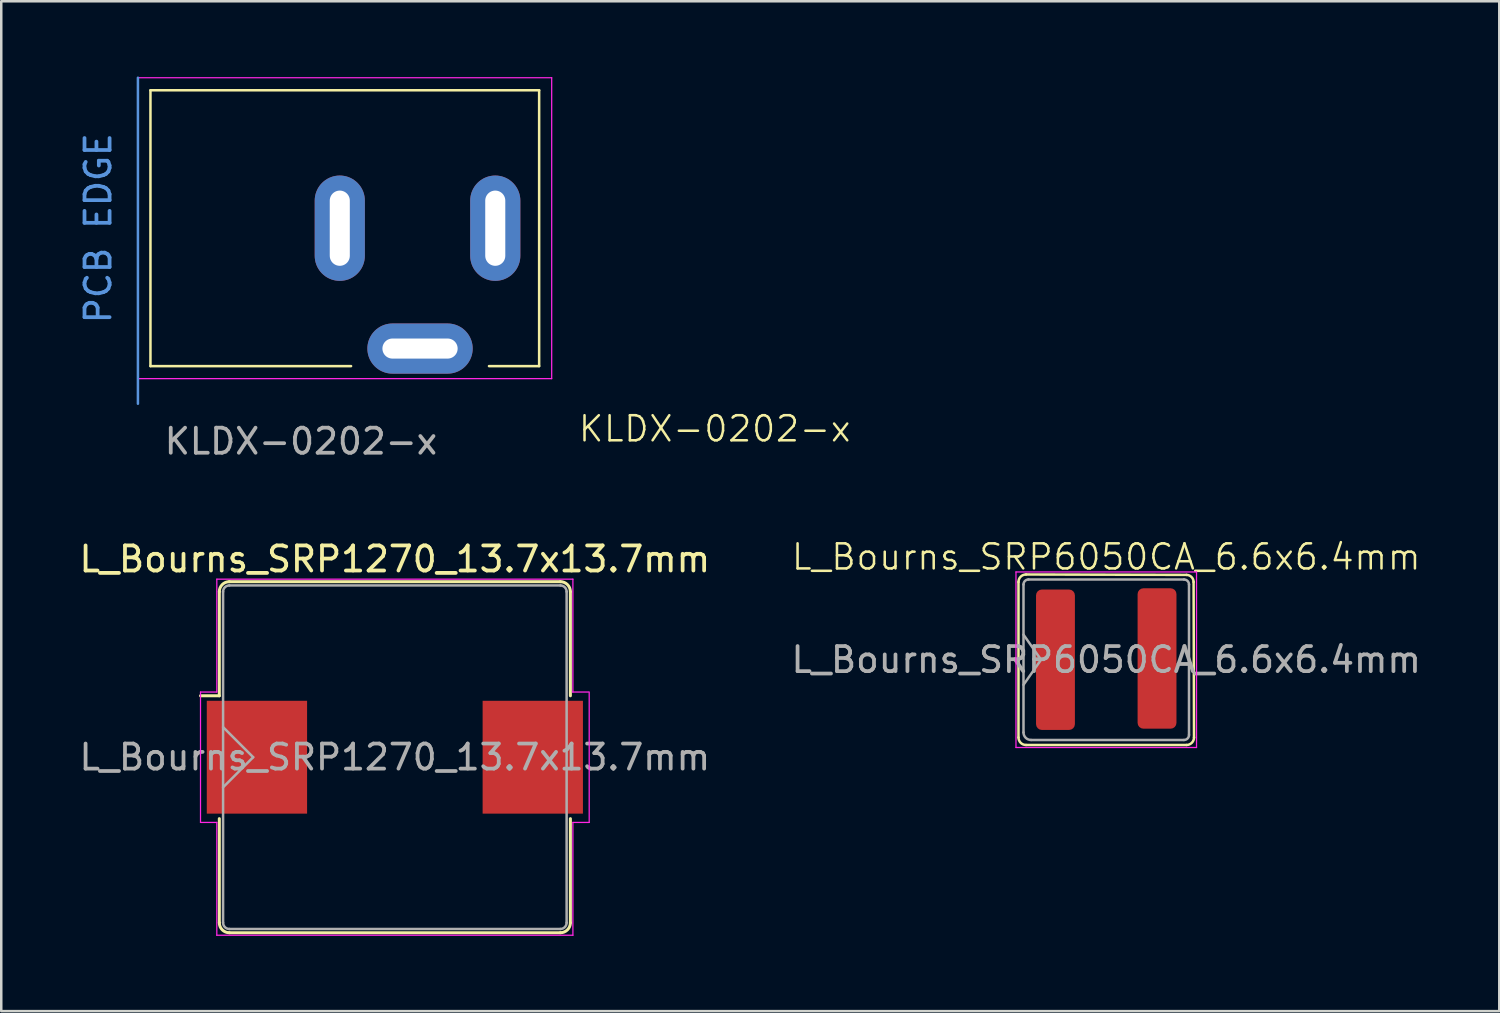
<source format=kicad_pcb>
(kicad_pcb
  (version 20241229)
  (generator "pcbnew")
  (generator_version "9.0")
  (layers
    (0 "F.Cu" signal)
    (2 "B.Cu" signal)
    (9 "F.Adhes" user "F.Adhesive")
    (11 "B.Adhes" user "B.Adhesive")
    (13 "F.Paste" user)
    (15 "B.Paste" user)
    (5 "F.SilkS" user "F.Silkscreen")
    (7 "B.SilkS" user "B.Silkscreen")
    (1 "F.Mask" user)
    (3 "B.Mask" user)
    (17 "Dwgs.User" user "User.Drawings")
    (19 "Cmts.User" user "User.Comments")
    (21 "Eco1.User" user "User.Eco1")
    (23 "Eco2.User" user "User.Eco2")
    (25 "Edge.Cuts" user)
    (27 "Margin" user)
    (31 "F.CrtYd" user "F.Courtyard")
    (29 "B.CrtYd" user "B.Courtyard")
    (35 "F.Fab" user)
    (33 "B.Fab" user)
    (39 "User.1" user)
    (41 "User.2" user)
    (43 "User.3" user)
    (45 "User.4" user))
  (footprint "KLDX-0202-x"
    (layer "F.Cu")
    (at 2.45 6.05)
    (property "Reference" "KLDX-0202-x" (at 23 8 0) (unlocked yes) (layer "F.SilkS") (effects (font (size 1 1) (thickness 0.1))))
    (attr through_hole)
    (fp_line (start 0.5 -5.5) (end 0.5 5.5) (stroke (width 0.1) (type default)) (layer "F.SilkS"))
    (fp_line (start 0.5 -5.5) (end 16 -5.5) (stroke (width 0.1) (type default)) (layer "F.SilkS"))
    (fp_line (start 8.5 5.5) (end 0.5 5.5) (stroke (width 0.1) (type default)) (layer "F.SilkS"))
    (fp_line (start 16 -5.5) (end 16 5.5) (stroke (width 0.1) (type default)) (layer "F.SilkS"))
    (fp_line (start 16 5.5) (end 14 5.5) (stroke (width 0.1) (type default)) (layer "F.SilkS"))
    (fp_line (start 0 -6) (end 0 7) (stroke (width 0.1) (type default)) (layer "Cmts.User"))
    (fp_line (start 0 -6) (end 16.5 -6) (stroke (width 0.05) (type default)) (layer "F.CrtYd"))
    (fp_line (start 0 6) (end 0 -6) (stroke (width 0.05) (type default)) (layer "F.CrtYd"))
    (fp_line (start 16.5 -6) (end 16.5 6) (stroke (width 0.05) (type default)) (layer "F.CrtYd"))
    (fp_line (start 16.5 6) (end 0 6) (stroke (width 0.05) (type default)) (layer "F.CrtYd"))
    (fp_text user "PCB EDGE" (at -1 0 90) (unlocked yes) (layer "Cmts.User") (effects (font (size 1 1) (thickness 0.15)) (justify bottom)))
    (fp_text user "${REFERENCE}" (at 6.5 8.5 0) (unlocked yes) (layer "F.Fab") (effects (font (size 1 1) (thickness 0.15))))
    (pad "1" thru_hole oval (at 14.25 0) (size 2 4.2) (drill oval 0.8 3) (layers "*.Cu" "*.Mask"))
    (pad "2" thru_hole oval (at 8.05 0) (size 2 4.2) (drill oval 0.8 3) (layers "*.Cu" "*.Mask"))
    (pad "3" thru_hole oval (at 11.25 4.8) (size 4.2 2) (drill oval 3 0.8) (layers "*.Cu" "*.Mask")))
  (footprint "L_Bourns_SRP6050CA_6.6x6.4mm"
    (layer "F.Cu")
    (at 41.065 23.259)
    (property "Reference" "L_Bourns_SRP6050CA_6.6x6.4mm" (at 0 -4.1 0) (unlocked yes) (layer "F.SilkS") (effects (font (size 1 1) (thickness 0.1))))
    (attr smd)
    (fp_line (start -3.5 -3.1) (end -3.5 3.1) (stroke (width 0.1) (type default)) (layer "F.SilkS"))
    (fp_line (start -3.2 3.4) (end 3.2 3.4) (stroke (width 0.1) (type default)) (layer "F.SilkS"))
    (fp_line (start 3.2 -3.383) (end -3.2 -3.4) (stroke (width 0.1) (type default)) (layer "F.SilkS"))
    (fp_line (start 3.483 -3.1) (end 3.5 3.1) (stroke (width 0.1) (type default)) (layer "F.SilkS"))
    (fp_arc (start -3.5 -3.1) (mid -3.412132 -3.312132) (end -3.2 -3.4) (stroke (width 0.1) (type default)) (layer "F.SilkS"))
    (fp_arc (start -3.2 3.4) (mid -3.412132 3.312132) (end -3.5 3.1) (stroke (width 0.1) (type default)) (layer "F.SilkS"))
    (fp_arc (start 3.2 -3.382842) (mid 3.399999 -3.299999) (end 3.482842 -3.1) (stroke (width 0.1) (type default)) (layer "F.SilkS"))
    (fp_arc (start 3.5 3.1) (mid 3.412132 3.312132) (end 3.2 3.4) (stroke (width 0.1) (type default)) (layer "F.SilkS"))
    (fp_line (start -3.6 -3.5) (end 3.6 -3.5) (stroke (width 0.05) (type default)) (layer "F.CrtYd"))
    (fp_line (start -3.6 3.5) (end -3.6 -3.5) (stroke (width 0.05) (type default)) (layer "F.CrtYd"))
    (fp_line (start 3.6 -3.5) (end 3.6 3.5) (stroke (width 0.05) (type default)) (layer "F.CrtYd"))
    (fp_line (start 3.6 3.5) (end -3.6 3.5) (stroke (width 0.05) (type default)) (layer "F.CrtYd"))
    (fp_line (start -3.3 -1) (end -2.6 0) (stroke (width 0.1) (type default)) (layer "F.Fab"))
    (fp_line (start -3.3 2.9) (end -3.3 -3) (stroke (width 0.1) (type default)) (layer "F.Fab"))
    (fp_line (start -3.1 -3.2) (end 3.1 -3.2) (stroke (width 0.1) (type default)) (layer "F.Fab"))
    (fp_line (start -2.6 0) (end -3.3 1) (stroke (width 0.1) (type default)) (layer "F.Fab"))
    (fp_line (start 3.1 3.2) (end -3 3.2) (stroke (width 0.1) (type default)) (layer "F.Fab"))
    (fp_line (start 3.3 -3) (end 3.3 3) (stroke (width 0.1) (type default)) (layer "F.Fab"))
    (fp_arc (start -3.3 -3) (mid -3.241421 -3.141421) (end -3.1 -3.2) (stroke (width 0.1) (type default)) (layer "F.Fab"))
    (fp_arc (start -3 3.2) (mid -3.212132 3.112132) (end -3.3 2.9) (stroke (width 0.1) (type default)) (layer "F.Fab"))
    (fp_arc (start 3.1 -3.2) (mid 3.241421 -3.141421) (end 3.3 -3) (stroke (width 0.1) (type default)) (layer "F.Fab"))
    (fp_arc (start 3.3 3) (mid 3.241421 3.141421) (end 3.1 3.2) (stroke (width 0.1) (type default)) (layer "F.Fab"))
    (fp_text user "${REFERENCE}" (at 0 0 0) (unlocked yes) (layer "F.Fab") (effects (font (size 1 1) (thickness 0.15))))
    (pad "1" smd roundrect (at -2.025 0) (size 1.55 5.6) (layers "F.Cu" "F.Mask" "F.Paste") (roundrect_rratio 0.15))
    (pad "2" smd roundrect (at 2.025 -0.05) (size 1.55 5.6) (layers "F.Cu" "F.Mask" "F.Paste") (roundrect_rratio 0.15)))
  (footprint "L_Bourns_SRP1270_13.7x13.7mm"
    (layer "F.Cu")
    (at 12.696 27.146)
    (property "Reference" "L_Bourns_SRP1270_13.7x13.7mm" (at 0 -7.9 0) (layer "F.SilkS") (effects (font (size 1 1) (thickness 0.15))))
    (attr smd)
    (fp_line (start -7 -6.6) (end -7 -2.45) (stroke (width 0.12) (type solid)) (layer "F.SilkS"))
    (fp_line (start -7 -2.45) (end -7.75 -2.45) (stroke (width 0.12) (type solid)) (layer "F.SilkS"))
    (fp_line (start -7 2.45) (end -7 6.6) (stroke (width 0.12) (type solid)) (layer "F.SilkS"))
    (fp_line (start -6.6 -7) (end 6.6 -7) (stroke (width 0.12) (type solid)) (layer "F.SilkS"))
    (fp_line (start 6.6 7) (end -6.6 7) (stroke (width 0.12) (type solid)) (layer "F.SilkS"))
    (fp_line (start 7 -6.6) (end 7 -2.45) (stroke (width 0.12) (type solid)) (layer "F.SilkS"))
    (fp_line (start 7 2.45) (end 7 6.6) (stroke (width 0.12) (type solid)) (layer "F.SilkS"))
    (fp_arc (start -7 -6.6) (mid -6.882843 -6.882843) (end -6.6 -7) (stroke (width 0.12) (type solid)) (layer "F.SilkS"))
    (fp_arc (start -6.6 7) (mid -6.882843 6.882843) (end -7 6.6) (stroke (width 0.12) (type solid)) (layer "F.SilkS"))
    (fp_arc (start 6.6 -7) (mid 6.882843 -6.882843) (end 7 -6.6) (stroke (width 0.12) (type solid)) (layer "F.SilkS"))
    (fp_arc (start 7 6.6) (mid 6.882843 6.882843) (end 6.6 7) (stroke (width 0.12) (type solid)) (layer "F.SilkS"))
    (fp_line (start -7.75 -2.6) (end -7.75 2.6) (stroke (width 0.05) (type solid)) (layer "F.CrtYd"))
    (fp_line (start -7.75 -2.6) (end -7.1 -2.6) (stroke (width 0.05) (type solid)) (layer "F.CrtYd"))
    (fp_line (start -7.1 -7.1) (end -7.1 -2.6) (stroke (width 0.05) (type solid)) (layer "F.CrtYd"))
    (fp_line (start -7.1 -7.1) (end 7.1 -7.1) (stroke (width 0.05) (type solid)) (layer "F.CrtYd"))
    (fp_line (start -7.1 2.6) (end -7.75 2.6) (stroke (width 0.05) (type solid)) (layer "F.CrtYd"))
    (fp_line (start -7.1 7.1) (end -7.1 2.6) (stroke (width 0.05) (type solid)) (layer "F.CrtYd"))
    (fp_line (start 7.1 -7.1) (end 7.1 -2.6) (stroke (width 0.05) (type solid)) (layer "F.CrtYd"))
    (fp_line (start 7.1 2.6) (end 7.1 7.1) (stroke (width 0.05) (type solid)) (layer "F.CrtYd"))
    (fp_line (start 7.1 7.1) (end -7.1 7.1) (stroke (width 0.05) (type solid)) (layer "F.CrtYd"))
    (fp_line (start 7.725 -2.6) (end 7.075 -2.6) (stroke (width 0.05) (type solid)) (layer "F.CrtYd"))
    (fp_line (start 7.75 -2.6) (end 7.75 2.6) (stroke (width 0.05) (type solid)) (layer "F.CrtYd"))
    (fp_line (start 7.75 2.6) (end 7.1 2.6) (stroke (width 0.05) (type solid)) (layer "F.CrtYd"))
    (fp_line (start -6.85 -6.6) (end -6.85 6.6) (stroke (width 0.1) (type solid)) (layer "F.Fab"))
    (fp_line (start -6.6 -6.85) (end 6.6 -6.85) (stroke (width 0.1) (type solid)) (layer "F.Fab"))
    (fp_line (start -5.65 0) (end -6.85 -1.2) (stroke (width 0.1) (type solid)) (layer "F.Fab"))
    (fp_line (start -5.65 0) (end -6.85 1.2) (stroke (width 0.1) (type solid)) (layer "F.Fab"))
    (fp_line (start 6.6 6.85) (end -6.6 6.85) (stroke (width 0.1) (type solid)) (layer "F.Fab"))
    (fp_line (start 6.85 -6.6) (end 6.85 6.6) (stroke (width 0.1) (type solid)) (layer "F.Fab"))
    (fp_arc (start -6.85 -6.6) (mid -6.776777 -6.776777) (end -6.6 -6.85) (stroke (width 0.1) (type solid)) (layer "F.Fab"))
    (fp_arc (start -6.6 6.85) (mid -6.776777 6.776777) (end -6.85 6.6) (stroke (width 0.1) (type solid)) (layer "F.Fab"))
    (fp_arc (start 6.6 -6.85) (mid 6.776777 -6.776777) (end 6.85 -6.6) (stroke (width 0.1) (type solid)) (layer "F.Fab"))
    (fp_arc (start 6.85 6.6) (mid 6.776777 6.776777) (end 6.6 6.85) (stroke (width 0.1) (type solid)) (layer "F.Fab"))
    (fp_text user "${REFERENCE}" (at 0 0 0) (layer "F.Fab") (effects (font (size 1 1) (thickness 0.15))))
    (pad "1" smd rect (at -5.5 0) (size 4 4.5) (layers "F.Cu" "F.Mask" "F.Paste"))
    (pad "2" smd rect (at 5.5 0) (size 4 4.5) (layers "F.Cu" "F.Mask" "F.Paste")))
  (gr_rect
    (start -3 -3)
    (end 56.738 37.272)
    (stroke (width 0.1) (type default))
    (fill no)
    (layer "Edge.Cuts")))
</source>
